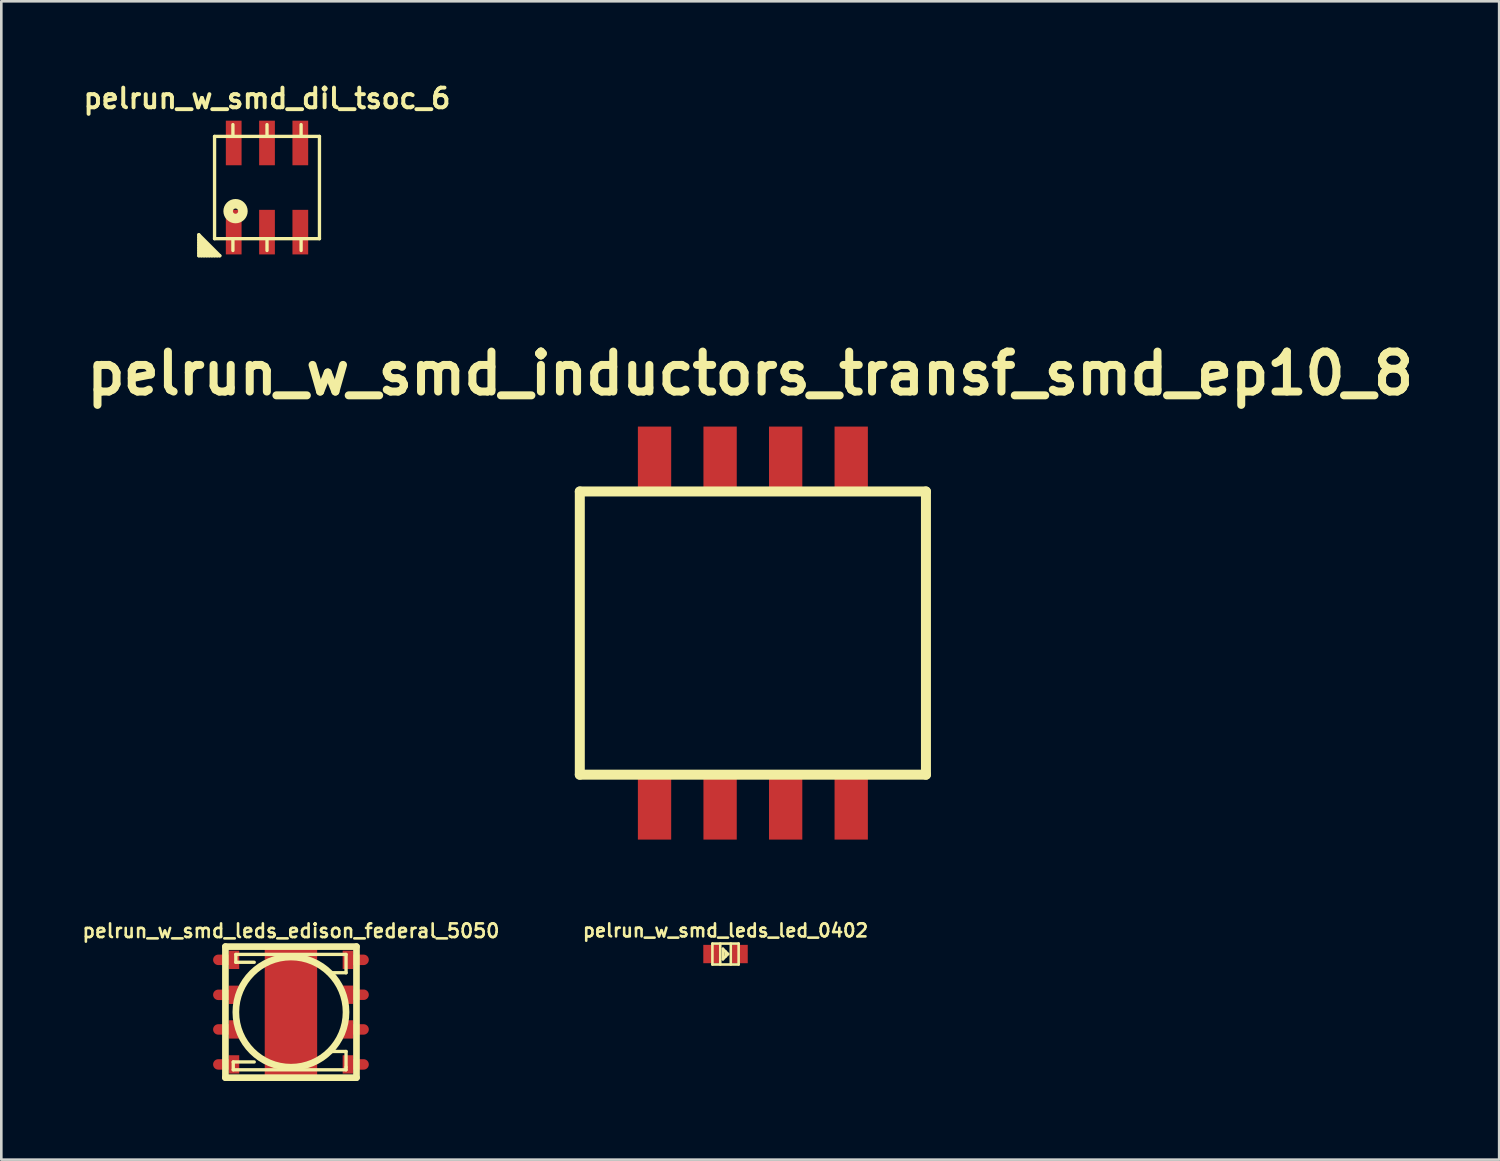
<source format=kicad_pcb>
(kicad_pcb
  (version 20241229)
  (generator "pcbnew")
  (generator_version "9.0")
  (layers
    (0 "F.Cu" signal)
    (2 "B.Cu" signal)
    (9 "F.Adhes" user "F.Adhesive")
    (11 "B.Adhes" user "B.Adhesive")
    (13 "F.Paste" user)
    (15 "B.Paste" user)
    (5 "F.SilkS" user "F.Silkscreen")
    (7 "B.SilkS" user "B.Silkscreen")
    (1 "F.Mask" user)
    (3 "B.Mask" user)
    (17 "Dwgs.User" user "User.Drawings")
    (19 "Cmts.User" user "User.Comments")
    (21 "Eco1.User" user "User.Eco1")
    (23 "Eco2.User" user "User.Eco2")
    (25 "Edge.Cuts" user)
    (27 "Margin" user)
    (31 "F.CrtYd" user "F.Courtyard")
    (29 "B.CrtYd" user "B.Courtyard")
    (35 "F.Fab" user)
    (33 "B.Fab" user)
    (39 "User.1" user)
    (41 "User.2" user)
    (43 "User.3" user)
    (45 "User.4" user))
  (footprint "pelrun_w_smd_leds_led_0402"
    (layer "F.Cu")
    (at 24.617 33.331)
    (property "Reference" "pelrun_w_smd_leds_led_0402" (at 0 -0.899 0) (layer "F.SilkS") (effects (font (size 0.498 0.498) (thickness 0.099))))
    (attr through_hole)
    (fp_line (start -0.5 -0.399) (end 0.5 -0.399) (stroke (width 0.099) (type solid)) (layer "F.SilkS"))
    (fp_line (start -0.5 0.399) (end -0.5 -0.399) (stroke (width 0.099) (type solid)) (layer "F.SilkS"))
    (fp_line (start -0.201 0.399) (end -0.201 -0.399) (stroke (width 0.099) (type solid)) (layer "F.SilkS"))
    (fp_line (start -0.099 -0.201) (end -0.099 0.201) (stroke (width 0.099) (type solid)) (layer "F.SilkS"))
    (fp_line (start -0.099 0.201) (end 0.099 0) (stroke (width 0.099) (type solid)) (layer "F.SilkS"))
    (fp_line (start 0 0.099) (end 0 -0.099) (stroke (width 0.099) (type solid)) (layer "F.SilkS"))
    (fp_line (start 0.099 0) (end -0.099 -0.201) (stroke (width 0.099) (type solid)) (layer "F.SilkS"))
    (fp_line (start 0.201 -0.399) (end 0.201 0.399) (stroke (width 0.099) (type solid)) (layer "F.SilkS"))
    (fp_line (start 0.5 -0.399) (end 0.5 0.399) (stroke (width 0.099) (type solid)) (layer "F.SilkS"))
    (fp_line (start 0.5 0.399) (end -0.5 0.399) (stroke (width 0.099) (type solid)) (layer "F.SilkS"))
    (pad "1" smd rect (at -0.549 0) (size 0.597 0.699) (layers "F.Cu" "F.Mask" "F.Paste"))
    (pad "2" smd rect (at 0.549 0) (size 0.597 0.699) (layers "F.Cu" "F.Mask" "F.Paste")))
  (footprint "pelrun_w_smd_inductors_transf_smd_ep10_8"
    (layer "F.Cu")
    (at 25.66 21.092)
    (property "Reference" "pelrun_w_smd_inductors_transf_smd_ep10_8" (at -0.1 -9.9 0) (layer "F.SilkS") (effects (font (size 1.524 1.524) (thickness 0.305))))
    (attr through_hole)
    (fp_line (start -6.6 -5.4) (end -6.6 5.4) (stroke (width 0.381) (type solid)) (layer "F.SilkS"))
    (fp_line (start -6.6 5.4) (end 6.6 5.4) (stroke (width 0.381) (type solid)) (layer "F.SilkS"))
    (fp_line (start 6.6 -5.4) (end -6.6 -5.4) (stroke (width 0.381) (type solid)) (layer "F.SilkS"))
    (fp_line (start 6.6 5.4) (end 6.6 -5.4) (stroke (width 0.381) (type solid)) (layer "F.SilkS"))
    (pad "1" smd rect (at 3.75 6.605) (size 1.27 2.54) (layers "F.Cu" "F.Mask" "F.Paste"))
    (pad "2" smd rect (at 1.25 6.605) (size 1.27 2.54) (layers "F.Cu" "F.Mask" "F.Paste"))
    (pad "3" smd rect (at -1.25 6.605) (size 1.27 2.54) (layers "F.Cu" "F.Mask" "F.Paste"))
    (pad "4" smd rect (at -3.75 6.605) (size 1.27 2.54) (layers "F.Cu" "F.Mask" "F.Paste"))
    (pad "5" smd rect (at -3.75 -6.605) (size 1.27 2.54) (layers "F.Cu" "F.Mask" "F.Paste"))
    (pad "6" smd rect (at -1.25 -6.605) (size 1.27 2.54) (layers "F.Cu" "F.Mask" "F.Paste"))
    (pad "7" smd rect (at 1.25 -6.605) (size 1.27 2.54) (layers "F.Cu" "F.Mask" "F.Paste"))
    (pad "8" smd rect (at 3.75 -6.605) (size 1.27 2.54) (layers "F.Cu" "F.Mask" "F.Paste")))
  (footprint "pelrun_w_smd_dil_tsoc_6"
    (layer "F.Cu")
    (at 7.132 4.102)
    (property "Reference" "pelrun_w_smd_dil_tsoc_6" (at 0 -3.4 0) (layer "F.SilkS") (effects (font (size 0.75 0.75) (thickness 0.15))))
    (attr through_hole)
    (fp_line (start -2.6 1.8) (end -2.6 2.6) (stroke (width 0.127) (type solid)) (layer "F.SilkS"))
    (fp_line (start -2.6 1.9) (end -1.9 2.6) (stroke (width 0.127) (type solid)) (layer "F.SilkS"))
    (fp_line (start -2.6 2.1) (end -2.1 2.6) (stroke (width 0.127) (type solid)) (layer "F.SilkS"))
    (fp_line (start -2.6 2.3) (end -2.3 2.6) (stroke (width 0.127) (type solid)) (layer "F.SilkS"))
    (fp_line (start -2.6 2.5) (end -2.5 2.6) (stroke (width 0.127) (type solid)) (layer "F.SilkS"))
    (fp_line (start -2.6 2.6) (end -1.8 2.6) (stroke (width 0.127) (type solid)) (layer "F.SilkS"))
    (fp_line (start -2.4 2.6) (end -2.6 2.4) (stroke (width 0.127) (type solid)) (layer "F.SilkS"))
    (fp_line (start -2.2 2.6) (end -2.6 2.2) (stroke (width 0.127) (type solid)) (layer "F.SilkS"))
    (fp_line (start -2 -1.95) (end -2 1.95) (stroke (width 0.127) (type solid)) (layer "F.SilkS"))
    (fp_line (start -2 1.95) (end 2 1.95) (stroke (width 0.127) (type solid)) (layer "F.SilkS"))
    (fp_line (start -2 2.6) (end -2.6 2) (stroke (width 0.127) (type solid)) (layer "F.SilkS"))
    (fp_line (start -1.8 2.6) (end -2.6 1.8) (stroke (width 0.127) (type solid)) (layer "F.SilkS"))
    (fp_line (start -1.3 -2.4) (end -1.3 -2) (stroke (width 0.127) (type solid)) (layer "F.SilkS"))
    (fp_line (start -1.3 2) (end -1.3 2.4) (stroke (width 0.127) (type solid)) (layer "F.SilkS"))
    (fp_line (start 0 -2) (end 0 -2.4) (stroke (width 0.127) (type solid)) (layer "F.SilkS"))
    (fp_line (start 0 2) (end 0 2.4) (stroke (width 0.127) (type solid)) (layer "F.SilkS"))
    (fp_line (start 1.3 -2.4) (end 1.3 -2) (stroke (width 0.127) (type solid)) (layer "F.SilkS"))
    (fp_line (start 1.3 2) (end 1.3 2.4) (stroke (width 0.127) (type solid)) (layer "F.SilkS"))
    (fp_line (start 2 -1.95) (end -2 -1.95) (stroke (width 0.127) (type solid)) (layer "F.SilkS"))
    (fp_line (start 2 1.95) (end 2 -1.95) (stroke (width 0.127) (type solid)) (layer "F.SilkS"))
    (fp_circle (center -1.2 0.9) (end -1.6 0.9) (stroke (width 0.127) (type solid)) (fill no) (layer "F.SilkS"))
    (fp_circle (center -1.2 0.9) (end -1.5 0.9) (stroke (width 0.127) (type solid)) (fill no) (layer "F.SilkS"))
    (fp_circle (center -1.2 0.9) (end -1.4 0.9) (stroke (width 0.127) (type solid)) (fill no) (layer "F.SilkS"))
    (fp_circle (center -1.2 0.9) (end -1.3 0.9) (stroke (width 0.3) (type solid)) (fill no) (layer "F.SilkS"))
    (pad "1" smd rect (at -1.27 1.7) (size 0.6 1.7) (layers "F.Cu" "F.Mask" "F.Paste"))
    (pad "2" smd rect (at 0 1.7) (size 0.6 1.7) (layers "F.Cu" "F.Mask" "F.Paste"))
    (pad "3" smd rect (at 1.27 1.7) (size 0.6 1.7) (layers "F.Cu" "F.Mask" "F.Paste"))
    (pad "4" smd rect (at 1.27 -1.7) (size 0.6 1.7) (layers "F.Cu" "F.Mask" "F.Paste"))
    (pad "5" smd rect (at 0 -1.7) (size 0.6 1.7) (layers "F.Cu" "F.Mask" "F.Paste"))
    (pad "6" smd rect (at -1.27 -1.7) (size 0.6 1.7) (layers "F.Cu" "F.Mask" "F.Paste")))
  (footprint "pelrun_w_smd_leds_edison_federal_5050"
    (layer "F.Cu")
    (at 8.045 35.546)
    (property "Reference" "pelrun_w_smd_leds_edison_federal_5050" (at 0 -3.099 0) (layer "F.SilkS") (effects (font (size 0.523 0.523) (thickness 0.099))))
    (attr smd)
    (fp_line (start -2.499 -2.499) (end -2.499 2.499) (stroke (width 0.254) (type solid)) (layer "F.SilkS"))
    (fp_line (start -2.499 2.499) (end 2.499 2.499) (stroke (width 0.254) (type solid)) (layer "F.SilkS"))
    (fp_line (start -2.2 1.9) (end -1.4 1.9) (stroke (width 0.127) (type solid)) (layer "F.SilkS"))
    (fp_line (start -2.2 2.2) (end -2.2 1.9) (stroke (width 0.127) (type solid)) (layer "F.SilkS"))
    (fp_line (start -2.101 -2.2) (end 2.101 -2.2) (stroke (width 0.127) (type solid)) (layer "F.SilkS"))
    (fp_line (start -2.101 -1.9) (end -2.101 -2.2) (stroke (width 0.127) (type solid)) (layer "F.SilkS"))
    (fp_line (start -1.4 -1.9) (end -2.101 -1.9) (stroke (width 0.127) (type solid)) (layer "F.SilkS"))
    (fp_line (start 1.501 1.501) (end 2.101 1.501) (stroke (width 0.127) (type solid)) (layer "F.SilkS"))
    (fp_line (start 2.101 -2.2) (end 2.101 -1.501) (stroke (width 0.127) (type solid)) (layer "F.SilkS"))
    (fp_line (start 2.101 -1.501) (end 1.4 -1.501) (stroke (width 0.127) (type solid)) (layer "F.SilkS"))
    (fp_line (start 2.101 1.501) (end 2.101 2.101) (stroke (width 0.127) (type solid)) (layer "F.SilkS"))
    (fp_line (start 2.101 2.101) (end 2.101 2.2) (stroke (width 0.127) (type solid)) (layer "F.SilkS"))
    (fp_line (start 2.101 2.2) (end -2.2 2.2) (stroke (width 0.127) (type solid)) (layer "F.SilkS"))
    (fp_line (start 2.499 -2.499) (end -2.499 -2.499) (stroke (width 0.254) (type solid)) (layer "F.SilkS"))
    (fp_line (start 2.499 2.499) (end 2.499 -2.499) (stroke (width 0.254) (type solid)) (layer "F.SilkS"))
    (fp_circle (center 0 0) (end -2.101 0) (stroke (width 0.254) (type solid)) (fill no) (layer "F.SilkS"))
    (pad "1" smd rect (at 2.172 -1.994) (size 0.399 0.699) (layers "F.Cu" "F.Mask" "F.Paste"))
    (pad "1" smd oval (at 2.57 -1.994) (size 0.798 0.399) (layers "F.Cu" "F.Mask"))
    (pad "2" smd rect (at 2.172 -0.663) (size 0.399 0.699) (layers "F.Cu" "F.Mask" "F.Paste"))
    (pad "2" smd oval (at 2.57 -0.663) (size 0.798 0.399) (layers "F.Cu" "F.Mask"))
    (pad "3" smd rect (at 2.172 0.66) (size 0.399 0.699) (layers "F.Cu" "F.Mask" "F.Paste"))
    (pad "3" smd oval (at 2.57 0.66) (size 0.798 0.399) (layers "F.Cu" "F.Mask"))
    (pad "4" smd rect (at 2.172 1.994) (size 0.399 0.699) (layers "F.Cu" "F.Mask" "F.Paste"))
    (pad "4" smd oval (at 2.57 1.994) (size 0.798 0.399) (layers "F.Cu" "F.Mask"))
    (pad "5" smd oval (at -2.57 -1.994) (size 0.798 0.399) (layers "F.Cu" "F.Mask"))
    (pad "5" smd rect (at -2.172 -1.994) (size 0.399 0.699) (layers "F.Cu" "F.Mask" "F.Paste"))
    (pad "6" smd oval (at -2.57 -0.66) (size 0.798 0.399) (layers "F.Cu" "F.Mask"))
    (pad "6" smd rect (at -2.172 -0.66) (size 0.399 0.699) (layers "F.Cu" "F.Mask" "F.Paste"))
    (pad "7" smd oval (at -2.57 0.66) (size 0.798 0.399) (layers "F.Cu" "F.Mask"))
    (pad "7" smd rect (at -2.172 0.66) (size 0.399 0.699) (layers "F.Cu" "F.Mask" "F.Paste"))
    (pad "8" smd oval (at -2.57 1.994) (size 0.798 0.399) (layers "F.Cu" "F.Mask"))
    (pad "8" smd rect (at -2.172 1.994) (size 0.399 0.699) (layers "F.Cu" "F.Mask" "F.Paste"))
    (pad "9" smd rect (at 0 0) (size 1.999 4.996) (layers "F.Cu" "F.Mask" "F.Paste")))
  (gr_rect
    (start -3 -3)
    (end 54.119 41.172)
    (stroke (width 0.1) (type default))
    (fill no)
    (layer "Edge.Cuts")))
</source>
